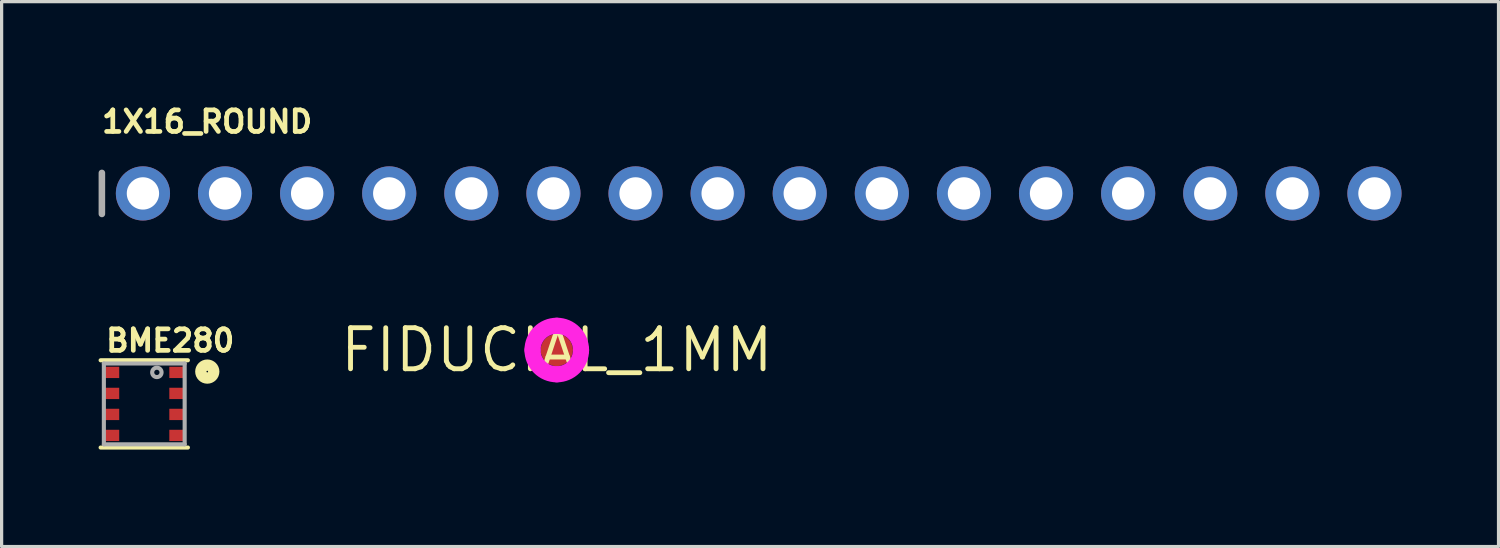
<source format=kicad_pcb>
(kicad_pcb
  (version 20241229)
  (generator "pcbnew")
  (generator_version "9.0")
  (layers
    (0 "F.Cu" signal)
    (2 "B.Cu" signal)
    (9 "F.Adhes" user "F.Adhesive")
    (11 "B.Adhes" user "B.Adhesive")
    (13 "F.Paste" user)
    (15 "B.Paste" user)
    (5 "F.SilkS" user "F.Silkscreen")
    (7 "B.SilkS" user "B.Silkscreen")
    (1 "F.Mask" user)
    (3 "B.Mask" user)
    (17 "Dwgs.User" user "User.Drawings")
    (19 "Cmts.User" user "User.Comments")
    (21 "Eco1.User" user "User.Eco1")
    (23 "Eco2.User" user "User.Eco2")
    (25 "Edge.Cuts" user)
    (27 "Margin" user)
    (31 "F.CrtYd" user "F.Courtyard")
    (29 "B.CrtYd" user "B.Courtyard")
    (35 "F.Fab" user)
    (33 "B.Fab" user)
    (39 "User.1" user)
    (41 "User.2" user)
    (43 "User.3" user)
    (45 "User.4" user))
  (footprint "1X16_ROUND"
    (layer "F.Cu")
    (at 20.422 2.934)
    (property "Reference" "1X16_ROUND" (at -20.396 -1.829 0) (unlocked yes) (layer "F.SilkS") (effects (font (size 0.666 0.666) (thickness 0.146)) (justify left bottom)))
    (fp_line (start -20.32 -0.635) (end -20.32 0.635) (stroke (width 0.203) (type solid)) (layer "F.Fab"))
    (fp_poly (pts (xy -19.304 0.254) (xy -18.796 0.254) (xy -18.796 -0.254) (xy -19.304 -0.254)) (stroke (width 0.1) (type default)) (fill no) (layer "F.Fab"))
    (fp_poly (pts (xy -16.764 0.254) (xy -16.256 0.254) (xy -16.256 -0.254) (xy -16.764 -0.254)) (stroke (width 0.1) (type default)) (fill no) (layer "F.Fab"))
    (fp_poly (pts (xy -14.224 0.254) (xy -13.716 0.254) (xy -13.716 -0.254) (xy -14.224 -0.254)) (stroke (width 0.1) (type default)) (fill no) (layer "F.Fab"))
    (fp_poly (pts (xy -11.684 0.254) (xy -11.176 0.254) (xy -11.176 -0.254) (xy -11.684 -0.254)) (stroke (width 0.1) (type default)) (fill no) (layer "F.Fab"))
    (fp_poly (pts (xy -9.144 0.254) (xy -8.636 0.254) (xy -8.636 -0.254) (xy -9.144 -0.254)) (stroke (width 0.1) (type default)) (fill no) (layer "F.Fab"))
    (fp_poly (pts (xy -6.604 0.254) (xy -6.096 0.254) (xy -6.096 -0.254) (xy -6.604 -0.254)) (stroke (width 0.1) (type default)) (fill no) (layer "F.Fab"))
    (fp_poly (pts (xy -4.064 0.254) (xy -3.556 0.254) (xy -3.556 -0.254) (xy -4.064 -0.254)) (stroke (width 0.1) (type default)) (fill no) (layer "F.Fab"))
    (fp_poly (pts (xy -1.524 0.254) (xy -1.016 0.254) (xy -1.016 -0.254) (xy -1.524 -0.254)) (stroke (width 0.1) (type default)) (fill no) (layer "F.Fab"))
    (fp_poly (pts (xy 1.016 0.254) (xy 1.524 0.254) (xy 1.524 -0.254) (xy 1.016 -0.254)) (stroke (width 0.1) (type default)) (fill no) (layer "F.Fab"))
    (fp_poly (pts (xy 3.556 0.254) (xy 4.064 0.254) (xy 4.064 -0.254) (xy 3.556 -0.254)) (stroke (width 0.1) (type default)) (fill no) (layer "F.Fab"))
    (fp_poly (pts (xy 6.096 0.254) (xy 6.604 0.254) (xy 6.604 -0.254) (xy 6.096 -0.254)) (stroke (width 0.1) (type default)) (fill no) (layer "F.Fab"))
    (fp_poly (pts (xy 8.636 0.254) (xy 9.144 0.254) (xy 9.144 -0.254) (xy 8.636 -0.254)) (stroke (width 0.1) (type default)) (fill no) (layer "F.Fab"))
    (fp_poly (pts (xy 11.176 0.254) (xy 11.684 0.254) (xy 11.684 -0.254) (xy 11.176 -0.254)) (stroke (width 0.1) (type default)) (fill no) (layer "F.Fab"))
    (fp_poly (pts (xy 13.716 0.254) (xy 14.224 0.254) (xy 14.224 -0.254) (xy 13.716 -0.254)) (stroke (width 0.1) (type default)) (fill no) (layer "F.Fab"))
    (fp_poly (pts (xy 16.256 0.254) (xy 16.764 0.254) (xy 16.764 -0.254) (xy 16.256 -0.254)) (stroke (width 0.1) (type default)) (fill no) (layer "F.Fab"))
    (fp_poly (pts (xy 18.796 0.254) (xy 19.304 0.254) (xy 19.304 -0.254) (xy 18.796 -0.254)) (stroke (width 0.1) (type default)) (fill no) (layer "F.Fab"))
    (pad "1" thru_hole circle (at -19.05 0 90) (size 1.676 1.676) (drill 1) (layers "*.Cu" "*.Mask"))
    (pad "2" thru_hole circle (at -16.51 0 90) (size 1.676 1.676) (drill 1) (layers "*.Cu" "*.Mask"))
    (pad "3" thru_hole circle (at -13.97 0 90) (size 1.676 1.676) (drill 1) (layers "*.Cu" "*.Mask"))
    (pad "4" thru_hole circle (at -11.43 0 90) (size 1.676 1.676) (drill 1) (layers "*.Cu" "*.Mask"))
    (pad "5" thru_hole circle (at -8.89 0 90) (size 1.676 1.676) (drill 1) (layers "*.Cu" "*.Mask"))
    (pad "6" thru_hole circle (at -6.35 0 90) (size 1.676 1.676) (drill 1) (layers "*.Cu" "*.Mask"))
    (pad "7" thru_hole circle (at -3.81 0 90) (size 1.676 1.676) (drill 1) (layers "*.Cu" "*.Mask"))
    (pad "8" thru_hole circle (at -1.27 0 90) (size 1.676 1.676) (drill 1) (layers "*.Cu" "*.Mask"))
    (pad "9" thru_hole circle (at 1.27 0 90) (size 1.676 1.676) (drill 1) (layers "*.Cu" "*.Mask"))
    (pad "10" thru_hole circle (at 3.81 0 90) (size 1.676 1.676) (drill 1) (layers "*.Cu" "*.Mask"))
    (pad "11" thru_hole circle (at 6.35 0 90) (size 1.676 1.676) (drill 1) (layers "*.Cu" "*.Mask"))
    (pad "12" thru_hole circle (at 8.89 0 90) (size 1.676 1.676) (drill 1) (layers "*.Cu" "*.Mask"))
    (pad "13" thru_hole circle (at 11.43 0 90) (size 1.676 1.676) (drill 1) (layers "*.Cu" "*.Mask"))
    (pad "14" thru_hole circle (at 13.97 0 90) (size 1.676 1.676) (drill 1) (layers "*.Cu" "*.Mask"))
    (pad "15" thru_hole circle (at 16.51 0 90) (size 1.676 1.676) (drill 1) (layers "*.Cu" "*.Mask"))
    (pad "16" thru_hole circle (at 19.05 0 90) (size 1.676 1.676) (drill 1) (layers "*.Cu" "*.Mask")))
  (footprint "FIDUCIAL_1MM"
    (layer "F.Cu")
    (at 14.175 7.779)
    (property "Reference" "FIDUCIAL_1MM" (at 0 0 0) (unlocked yes) (layer "F.SilkS") (effects (font (size 1.27 1.27) (thickness 0.15))))
    (fp_arc (start -0.75 0) (mid -0.53033 -0.53033) (end 0 -0.75) (stroke (width 0.4699) (type solid)) (layer "F.Mask"))
    (fp_arc (start 0 -0.75) (mid 0.53033 -0.53033) (end 0.75 0) (stroke (width 0.4699) (type solid)) (layer "F.Mask"))
    (fp_arc (start 0 0.75) (mid -0.53033 0.53033) (end -0.75 0) (stroke (width 0.4699) (type solid)) (layer "F.Mask"))
    (fp_arc (start 0.75 0) (mid 0.53033 0.53033) (end 0 0.75) (stroke (width 0.4699) (type solid)) (layer "F.Mask"))
    (fp_arc (start -0.75 0) (mid -0.53033 -0.53033) (end 0 -0.75) (stroke (width 0.5) (type solid)) (layer "F.CrtYd"))
    (fp_arc (start 0 -0.75) (mid 0.53033 -0.53033) (end 0.75 0) (stroke (width 0.5) (type solid)) (layer "F.CrtYd"))
    (fp_arc (start 0 0.75) (mid -0.53033 0.53033) (end -0.75 0) (stroke (width 0.5) (type solid)) (layer "F.CrtYd"))
    (fp_arc (start 0.75 0) (mid 0.53033 0.53033) (end 0 0.75) (stroke (width 0.5) (type solid)) (layer "F.CrtYd"))
    (pad "1" smd roundrect (at 0 0) (size 1 1) (layers "F.Cu" "F.Mask") (roundrect_rratio 0.5)))
  (footprint "BME280"
    (layer "F.Cu")
    (at 1.413 9.446)
    (property "Reference" "BME280" (at -1.26 -1.568 0) (unlocked yes) (layer "F.SilkS") (effects (font (size 0.666 0.666) (thickness 0.146)) (justify left bottom)))
    (fp_line (start -1.35 -1.35) (end 1.35 -1.35) (stroke (width 0.127) (type solid)) (layer "F.SilkS"))
    (fp_line (start -1.35 1.35) (end 1.35 1.35) (stroke (width 0.127) (type solid)) (layer "F.SilkS"))
    (fp_circle (center 1.95 -1) (end 2.15 -1) (stroke (width 0.35) (type solid)) (fill no) (layer "F.SilkS"))
    (fp_line (start -1.25 -1.25) (end 1.25 -1.25) (stroke (width 0.127) (type solid)) (layer "F.Fab"))
    (fp_line (start -1.25 1.25) (end -1.25 -1.25) (stroke (width 0.127) (type solid)) (layer "F.Fab"))
    (fp_line (start 1.25 -1.25) (end 1.25 1.25) (stroke (width 0.127) (type solid)) (layer "F.Fab"))
    (fp_line (start 1.25 1.25) (end -1.25 1.25) (stroke (width 0.127) (type solid)) (layer "F.Fab"))
    (fp_circle (center 0.39 -0.975) (end 0.535 -0.975) (stroke (width 0.127) (type solid)) (fill no) (layer "F.Fab"))
    (pad "1" smd rect (at 1.025 -0.975) (size 0.5 0.35) (layers "F.Cu" "F.Mask" "F.Paste"))
    (pad "2" smd rect (at 1.025 -0.325) (size 0.5 0.35) (layers "F.Cu" "F.Mask" "F.Paste"))
    (pad "3" smd rect (at 1.025 0.325) (size 0.5 0.35) (layers "F.Cu" "F.Mask" "F.Paste"))
    (pad "4" smd rect (at 1.025 0.975) (size 0.5 0.35) (layers "F.Cu" "F.Mask" "F.Paste"))
    (pad "5" smd rect (at -1.025 0.975) (size 0.5 0.35) (layers "F.Cu" "F.Mask" "F.Paste"))
    (pad "6" smd rect (at -1.025 0.325) (size 0.5 0.35) (layers "F.Cu" "F.Mask" "F.Paste"))
    (pad "7" smd rect (at -1.025 -0.325) (size 0.5 0.35) (layers "F.Cu" "F.Mask" "F.Paste"))
    (pad "8" smd rect (at -1.025 -0.975) (size 0.5 0.35) (layers "F.Cu" "F.Mask" "F.Paste")))
  (gr_rect
    (start -3 -3)
    (end 43.31 13.859)
    (stroke (width 0.1) (type default))
    (fill no)
    (layer "Edge.Cuts")))
</source>
